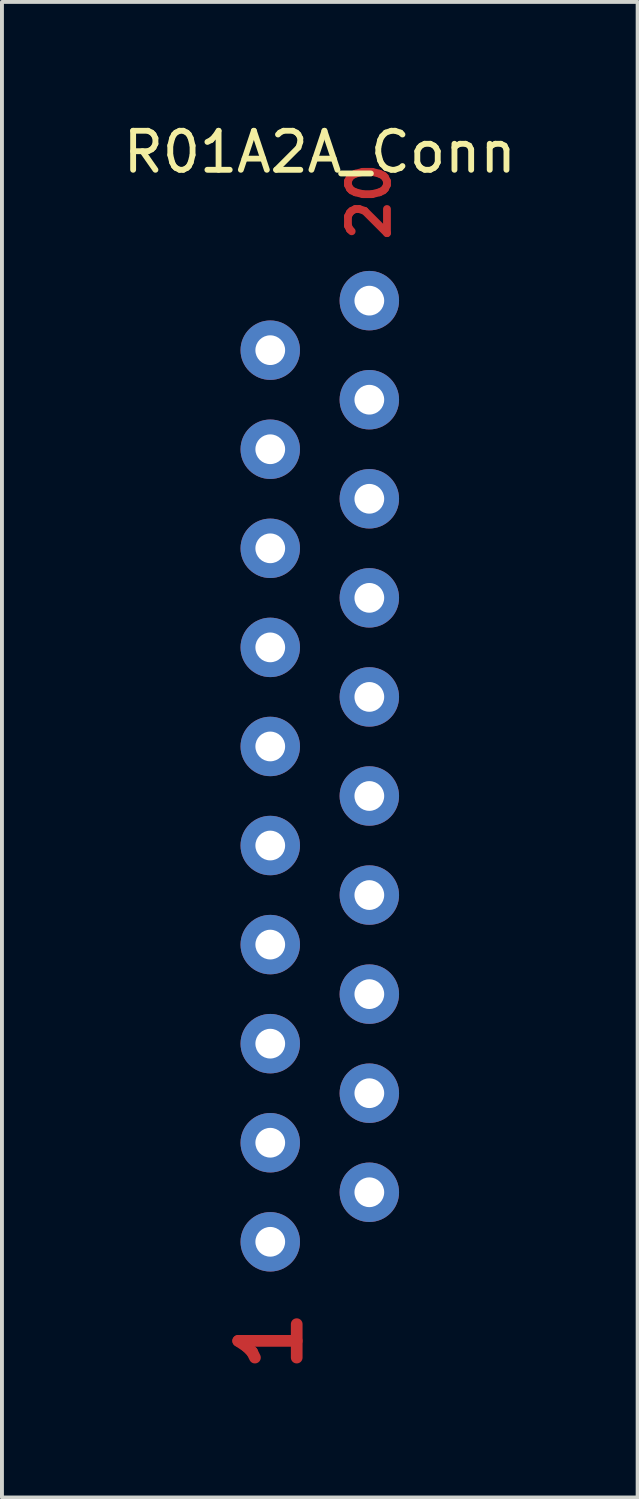
<source format=kicad_pcb>
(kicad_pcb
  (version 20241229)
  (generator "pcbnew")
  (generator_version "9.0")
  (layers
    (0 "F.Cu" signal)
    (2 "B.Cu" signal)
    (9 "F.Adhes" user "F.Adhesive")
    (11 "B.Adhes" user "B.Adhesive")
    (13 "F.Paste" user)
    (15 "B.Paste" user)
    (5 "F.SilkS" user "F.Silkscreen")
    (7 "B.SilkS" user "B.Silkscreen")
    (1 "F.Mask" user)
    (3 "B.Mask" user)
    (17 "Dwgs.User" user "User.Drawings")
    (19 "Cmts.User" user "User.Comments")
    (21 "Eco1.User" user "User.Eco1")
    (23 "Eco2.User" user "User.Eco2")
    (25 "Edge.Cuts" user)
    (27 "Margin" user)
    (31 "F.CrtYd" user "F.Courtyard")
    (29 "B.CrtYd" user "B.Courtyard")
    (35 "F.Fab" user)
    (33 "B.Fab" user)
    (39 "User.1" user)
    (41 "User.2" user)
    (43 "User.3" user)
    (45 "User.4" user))
  (footprint "R01A2A_Conn"
    (layer "F.Cu")
    (at 5.149 17.358)
    (property "Reference" "R01A2A_Conn" (at 0 -16.51 0) (layer "F.SilkS") (effects (font (size 1 1) (thickness 0.15))))
    (attr through_hole)
    (fp_text user "1" (at -1.27 13.97 90) (layer "F.Cu") (effects (font (size 1.5 1.5) (thickness 0.3))))
    (fp_text user "20" (at 1.27 -15.24 90) (layer "F.Cu") (effects (font (size 1 1) (thickness 0.2))))
    (pad "1" thru_hole circle (at -1.27 11.43) (size 1.524 1.524) (drill 0.762) (layers "*.Cu" "*.Mask"))
    (pad "2" thru_hole circle (at 1.27 10.16) (size 1.524 1.524) (drill 0.762) (layers "*.Cu" "*.Mask"))
    (pad "3" thru_hole circle (at -1.27 8.89) (size 1.524 1.524) (drill 0.762) (layers "*.Cu" "*.Mask"))
    (pad "4" thru_hole circle (at 1.27 7.62) (size 1.524 1.524) (drill 0.762) (layers "*.Cu" "*.Mask"))
    (pad "5" thru_hole circle (at -1.27 6.35) (size 1.524 1.524) (drill 0.762) (layers "*.Cu" "*.Mask"))
    (pad "6" thru_hole circle (at 1.27 5.08) (size 1.524 1.524) (drill 0.762) (layers "*.Cu" "*.Mask"))
    (pad "7" thru_hole circle (at -1.27 3.81) (size 1.524 1.524) (drill 0.762) (layers "*.Cu" "*.Mask"))
    (pad "8" thru_hole circle (at 1.27 2.54) (size 1.524 1.524) (drill 0.762) (layers "*.Cu" "*.Mask"))
    (pad "9" thru_hole circle (at -1.27 1.27) (size 1.524 1.524) (drill 0.762) (layers "*.Cu" "*.Mask"))
    (pad "10" thru_hole circle (at 1.27 0) (size 1.524 1.524) (drill 0.762) (layers "*.Cu" "*.Mask"))
    (pad "11" thru_hole circle (at -1.27 -1.27) (size 1.524 1.524) (drill 0.762) (layers "*.Cu" "*.Mask"))
    (pad "12" thru_hole circle (at 1.27 -2.54) (size 1.524 1.524) (drill 0.762) (layers "*.Cu" "*.Mask"))
    (pad "13" thru_hole circle (at -1.27 -3.81) (size 1.524 1.524) (drill 0.762) (layers "*.Cu" "*.Mask"))
    (pad "14" thru_hole circle (at 1.27 -5.08) (size 1.524 1.524) (drill 0.762) (layers "*.Cu" "*.Mask"))
    (pad "15" thru_hole circle (at -1.27 -6.35) (size 1.524 1.524) (drill 0.762) (layers "*.Cu" "*.Mask"))
    (pad "16" thru_hole circle (at 1.27 -7.62) (size 1.524 1.524) (drill 0.762) (layers "*.Cu" "*.Mask"))
    (pad "17" thru_hole circle (at -1.27 -8.89) (size 1.524 1.524) (drill 0.762) (layers "*.Cu" "*.Mask"))
    (pad "18" thru_hole circle (at 1.27 -10.16) (size 1.524 1.524) (drill 0.762) (layers "*.Cu" "*.Mask"))
    (pad "19" thru_hole circle (at -1.27 -11.43) (size 1.524 1.524) (drill 0.762) (layers "*.Cu" "*.Mask"))
    (pad "20" thru_hole circle (at 1.27 -12.7) (size 1.524 1.524) (drill 0.762) (layers "*.Cu" "*.Mask")))
  (gr_rect
    (start -3 -3)
    (end 13.298 35.343)
    (stroke (width 0.1) (type default))
    (fill no)
    (layer "Edge.Cuts")))
</source>
